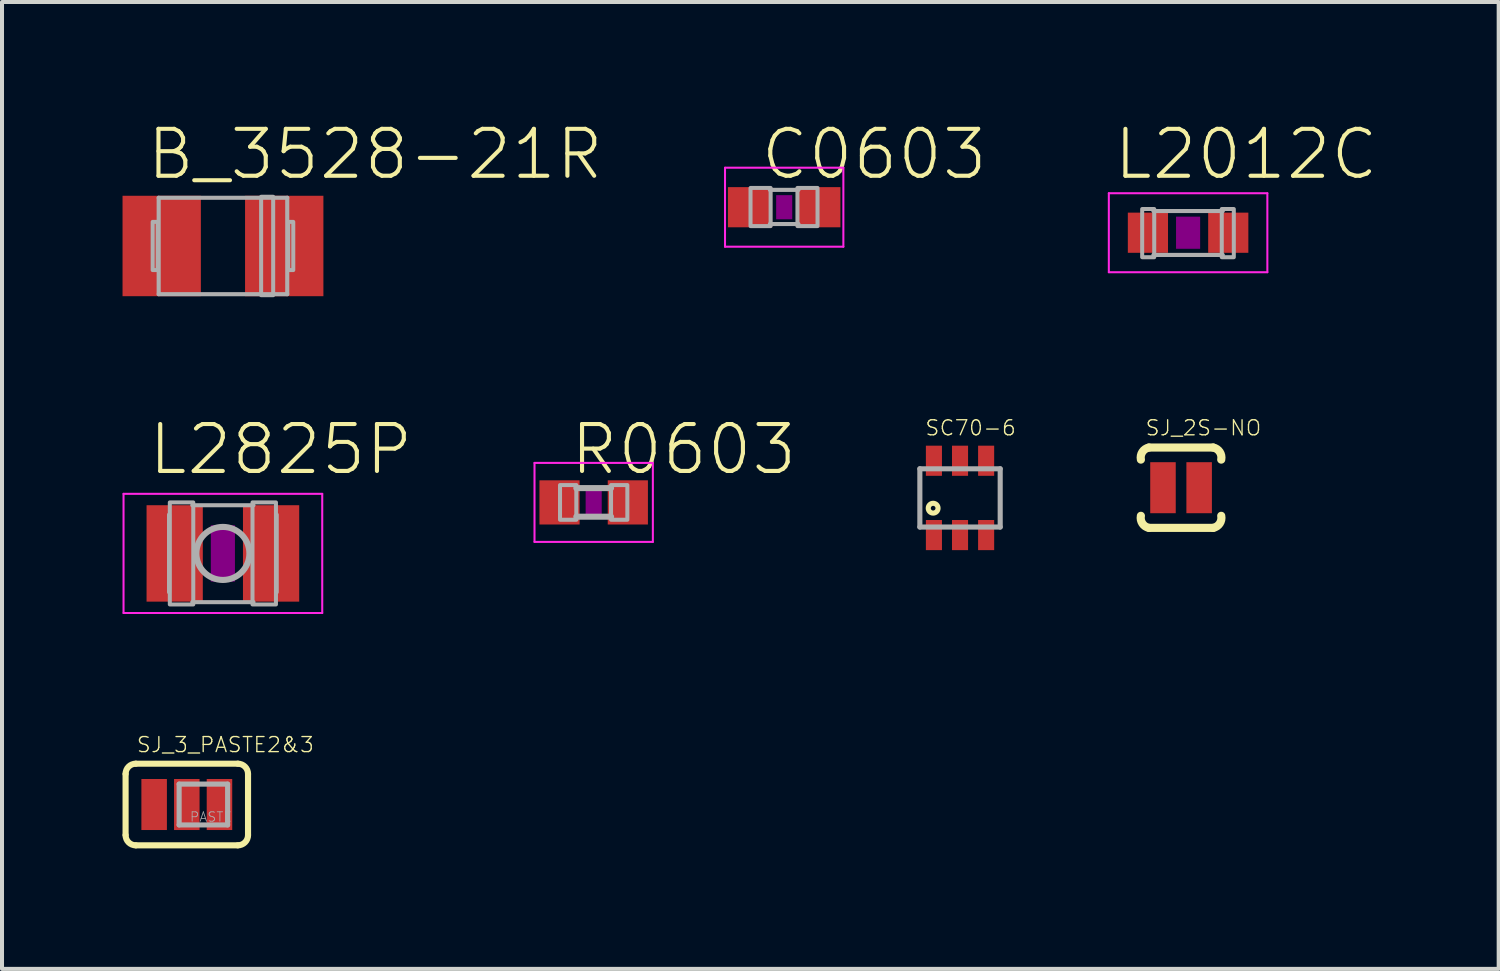
<source format=kicad_pcb>
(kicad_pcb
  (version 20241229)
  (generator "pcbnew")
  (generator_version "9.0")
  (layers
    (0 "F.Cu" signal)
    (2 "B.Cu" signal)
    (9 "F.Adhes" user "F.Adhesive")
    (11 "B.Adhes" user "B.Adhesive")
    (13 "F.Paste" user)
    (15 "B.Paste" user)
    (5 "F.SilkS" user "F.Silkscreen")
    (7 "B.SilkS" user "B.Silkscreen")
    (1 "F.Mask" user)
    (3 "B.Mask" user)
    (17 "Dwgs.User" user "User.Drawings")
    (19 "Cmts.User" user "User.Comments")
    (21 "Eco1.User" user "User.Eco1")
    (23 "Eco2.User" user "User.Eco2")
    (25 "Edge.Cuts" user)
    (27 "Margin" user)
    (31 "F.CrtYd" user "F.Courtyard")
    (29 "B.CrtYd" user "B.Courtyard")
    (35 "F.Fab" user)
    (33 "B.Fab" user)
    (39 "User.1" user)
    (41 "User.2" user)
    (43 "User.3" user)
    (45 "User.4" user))
  (footprint "L2825P"
    (layer "F.Cu")
    (at 2.498 10.726)
    (property "Reference" "L2825P" (at -1.905 -1.905 0) (layer "F.SilkS") (effects (font (size 1.168 1.168) (thickness 0.102)) (justify left bottom)))
    (fp_poly (pts (xy -0.3 0.7) (xy 0.3 0.7) (xy 0.3 -0.7) (xy -0.3 -0.7)) (stroke (width 0) (type solid)) (fill yes) (layer "F.Adhes"))
    (fp_line (start -2.473 -1.483) (end 2.473 -1.483) (stroke (width 0.051) (type solid)) (layer "F.CrtYd"))
    (fp_line (start -2.473 1.483) (end -2.473 -1.483) (stroke (width 0.051) (type solid)) (layer "F.CrtYd"))
    (fp_line (start 2.473 -1.483) (end 2.473 1.483) (stroke (width 0.051) (type solid)) (layer "F.CrtYd"))
    (fp_line (start 2.473 1.483) (end -2.473 1.483) (stroke (width 0.051) (type solid)) (layer "F.CrtYd"))
    (fp_line (start -1.34 -0.965) (end -1.34 0.965) (stroke (width 0.102) (type solid)) (layer "F.Fab"))
    (fp_line (start -0.762 -1.2) (end 0.762 -1.2) (stroke (width 0.102) (type solid)) (layer "F.Fab"))
    (fp_line (start -0.762 1.213) (end 0.762 1.213) (stroke (width 0.102) (type solid)) (layer "F.Fab"))
    (fp_line (start 1.34 0.965) (end 1.34 -0.965) (stroke (width 0.102) (type solid)) (layer "F.Fab"))
    (fp_circle (center 0 0) (end 0.66 0) (stroke (width 0.152) (type solid)) (fill no) (layer "F.Fab"))
    (fp_poly (pts (xy -1.321 1.27) (xy -0.737 1.27) (xy -0.737 -1.27) (xy -1.321 -1.27)) (stroke (width 0.1) (type solid)) (fill no) (layer "F.Fab"))
    (fp_poly (pts (xy 0.737 1.27) (xy 1.321 1.27) (xy 1.321 -1.27) (xy 0.737 -1.27)) (stroke (width 0.1) (type solid)) (fill no) (layer "F.Fab"))
    (pad "1" smd rect (at -1.2 0) (size 1.4 2.4) (layers "F.Cu" "F.Mask" "F.Paste"))
    (pad "2" smd rect (at 1.2 0) (size 1.4 2.4) (layers "F.Cu" "F.Mask" "F.Paste")))
  (footprint "SC70-6"
    (layer "F.Cu")
    (at 20.847 9.344)
    (property "Reference" "SC70-6" (at -0.889 -1.524 0) (layer "F.SilkS") (effects (font (size 0.374 0.374) (thickness 0.033)) (justify left bottom)))
    (fp_circle (center -0.669 0.256) (end -0.547 0.256) (stroke (width 0.127) (type solid)) (fill no) (layer "F.SilkS"))
    (fp_poly (pts (xy -0.85 -0.55) (xy -0.45 -0.55) (xy -0.45 -1.3) (xy -0.85 -1.3)) (stroke (width 0) (type solid)) (fill yes) (layer "F.Paste"))
    (fp_poly (pts (xy -0.85 1.3) (xy -0.45 1.3) (xy -0.45 0.55) (xy -0.85 0.55)) (stroke (width 0) (type solid)) (fill yes) (layer "F.Paste"))
    (fp_poly (pts (xy -0.85 1.3) (xy -0.45 1.3) (xy -0.45 0.55) (xy -0.85 0.55)) (stroke (width 0) (type solid)) (fill yes) (layer "F.Paste"))
    (fp_poly (pts (xy -0.85 1.3) (xy -0.45 1.3) (xy -0.45 0.55) (xy -0.85 0.55)) (stroke (width 0) (type solid)) (fill yes) (layer "F.Paste"))
    (fp_poly (pts (xy -0.201 1.3) (xy 0.199 1.3) (xy 0.199 0.55) (xy -0.201 0.55)) (stroke (width 0) (type solid)) (fill yes) (layer "F.Paste"))
    (fp_poly (pts (xy -0.2 -0.55) (xy 0.2 -0.55) (xy 0.2 -1.3) (xy -0.2 -1.3)) (stroke (width 0) (type solid)) (fill yes) (layer "F.Paste"))
    (fp_poly (pts (xy 0.45 -0.55) (xy 0.85 -0.55) (xy 0.85 -1.3) (xy 0.45 -1.3)) (stroke (width 0) (type solid)) (fill yes) (layer "F.Paste"))
    (fp_poly (pts (xy 0.45 1.3) (xy 0.85 1.3) (xy 0.85 0.55) (xy 0.45 0.55)) (stroke (width 0) (type solid)) (fill yes) (layer "F.Paste"))
    (fp_line (start -1 -0.725) (end 1 -0.725) (stroke (width 0.127) (type solid)) (layer "F.Fab"))
    (fp_line (start -1 0.725) (end -1 -0.725) (stroke (width 0.127) (type solid)) (layer "F.Fab"))
    (fp_line (start -1 0.725) (end 1 0.725) (stroke (width 0.127) (type solid)) (layer "F.Fab"))
    (fp_line (start 1 -0.725) (end 1 0.725) (stroke (width 0.127) (type solid)) (layer "F.Fab"))
    (pad "1" smd rect (at -0.65 0.925) (size 0.4 0.75) (layers "F.Cu" "F.Mask"))
    (pad "2" smd rect (at 0 0.925) (size 0.4 0.75) (layers "F.Cu" "F.Mask"))
    (pad "3" smd rect (at 0.65 0.925) (size 0.4 0.75) (layers "F.Cu" "F.Mask"))
    (pad "4" smd rect (at 0.65 -0.925) (size 0.4 0.75) (layers "F.Cu" "F.Mask"))
    (pad "5" smd rect (at 0 -0.925) (size 0.4 0.75) (layers "F.Cu" "F.Mask"))
    (pad "6" smd rect (at -0.65 -0.925) (size 0.4 0.75) (layers "F.Cu" "F.Mask")))
  (footprint "L2012C"
    (layer "F.Cu")
    (at 26.524 2.743)
    (property "Reference" "L2012C" (at -1.905 -1.27 0) (layer "F.SilkS") (effects (font (size 1.168 1.168) (thickness 0.102)) (justify left bottom)))
    (fp_poly (pts (xy -0.3 0.4) (xy 0.3 0.4) (xy 0.3 -0.4) (xy -0.3 -0.4)) (stroke (width 0) (type solid)) (fill yes) (layer "F.Adhes"))
    (fp_line (start -1.973 -0.983) (end 1.973 -0.983) (stroke (width 0.051) (type solid)) (layer "F.CrtYd"))
    (fp_line (start -1.973 0.983) (end -1.973 -0.983) (stroke (width 0.051) (type solid)) (layer "F.CrtYd"))
    (fp_line (start 1.973 -0.983) (end 1.973 0.983) (stroke (width 0.051) (type solid)) (layer "F.CrtYd"))
    (fp_line (start 1.973 0.983) (end -1.973 0.983) (stroke (width 0.051) (type solid)) (layer "F.CrtYd"))
    (fp_line (start -0.864 -0.54) (end 0.864 -0.54) (stroke (width 0.102) (type solid)) (layer "F.Fab"))
    (fp_line (start -0.864 0.553) (end 0.864 0.553) (stroke (width 0.102) (type solid)) (layer "F.Fab"))
    (fp_poly (pts (xy -1.143 0.61) (xy -0.843 0.61) (xy -0.843 -0.59) (xy -1.143 -0.59)) (stroke (width 0.1) (type solid)) (fill no) (layer "F.Fab"))
    (fp_poly (pts (xy 0.838 0.61) (xy 1.138 0.61) (xy 1.138 -0.59) (xy 0.838 -0.59)) (stroke (width 0.1) (type solid)) (fill no) (layer "F.Fab"))
    (pad "1" smd rect (at -1 0) (size 1 1) (layers "F.Cu" "F.Mask" "F.Paste"))
    (pad "2" smd rect (at 1 0) (size 1 1) (layers "F.Cu" "F.Mask" "F.Paste")))
  (footprint "R0603"
    (layer "F.Cu")
    (at 11.728 9.456)
    (property "Reference" "R0603" (at -0.635 -0.635 0) (layer "F.SilkS") (effects (font (size 1.168 1.168) (thickness 0.102)) (justify left bottom)))
    (fp_poly (pts (xy -0.2 0.4) (xy 0.2 0.4) (xy 0.2 -0.4) (xy -0.2 -0.4)) (stroke (width 0) (type solid)) (fill yes) (layer "F.Adhes"))
    (fp_line (start -1.473 -0.983) (end 1.473 -0.983) (stroke (width 0.051) (type solid)) (layer "F.CrtYd"))
    (fp_line (start -1.473 0.983) (end -1.473 -0.983) (stroke (width 0.051) (type solid)) (layer "F.CrtYd"))
    (fp_line (start 1.473 -0.983) (end 1.473 0.983) (stroke (width 0.051) (type solid)) (layer "F.CrtYd"))
    (fp_line (start 1.473 0.983) (end -1.473 0.983) (stroke (width 0.051) (type solid)) (layer "F.CrtYd"))
    (fp_line (start -0.432 0.356) (end 0.432 0.356) (stroke (width 0.152) (type solid)) (layer "F.Fab"))
    (fp_line (start 0.432 -0.356) (end -0.432 -0.356) (stroke (width 0.152) (type solid)) (layer "F.Fab"))
    (fp_poly (pts (xy -0.838 0.432) (xy -0.432 0.432) (xy -0.432 -0.432) (xy -0.838 -0.432)) (stroke (width 0.1) (type solid)) (fill no) (layer "F.Fab"))
    (fp_poly (pts (xy 0.432 0.432) (xy 0.838 0.432) (xy 0.838 -0.432) (xy 0.432 -0.432)) (stroke (width 0.1) (type solid)) (fill no) (layer "F.Fab"))
    (pad "1" smd rect (at -0.85 0) (size 1 1.1) (layers "F.Cu" "F.Mask" "F.Paste"))
    (pad "2" smd rect (at 0.85 0) (size 1 1.1) (layers "F.Cu" "F.Mask" "F.Paste")))
  (footprint "B_3528-21R"
    (layer "F.Cu")
    (at 2.5 3.073)
    (property "Reference" "B_3528-21R" (at -1.95 -1.6 0) (layer "F.SilkS") (effects (font (size 1.168 1.168) (thickness 0.102)) (justify left bottom)))
    (fp_line (start -1.6 -1.2) (end 1.6 -1.2) (stroke (width 0.102) (type solid)) (layer "F.Fab"))
    (fp_line (start -1.6 1.2) (end -1.6 -1.2) (stroke (width 0.102) (type solid)) (layer "F.Fab"))
    (fp_line (start 1.6 -1.2) (end 1.6 1.2) (stroke (width 0.102) (type solid)) (layer "F.Fab"))
    (fp_line (start 1.6 1.2) (end -1.6 1.2) (stroke (width 0.102) (type solid)) (layer "F.Fab"))
    (fp_poly (pts (xy -1.75 0.6) (xy -1.625 0.6) (xy -1.625 -0.6) (xy -1.75 -0.6)) (stroke (width 0.1) (type solid)) (fill no) (layer "F.Fab"))
    (fp_poly (pts (xy 0.95 1.225) (xy 1.25 1.225) (xy 1.25 -1.225) (xy 0.95 -1.225)) (stroke (width 0.1) (type solid)) (fill no) (layer "F.Fab"))
    (fp_poly (pts (xy 1.625 0.6) (xy 1.75 0.6) (xy 1.75 -0.6) (xy 1.625 -0.6)) (stroke (width 0.1) (type solid)) (fill no) (layer "F.Fab"))
    (pad "+" smd rect (at 1.525 0) (size 1.95 2.5) (layers "F.Cu" "F.Mask" "F.Paste"))
    (pad "-" smd rect (at -1.525 0) (size 1.95 2.5) (layers "F.Cu" "F.Mask" "F.Paste")))
  (footprint "SJ_2S-NO"
    (layer "F.Cu")
    (at 26.349 9.09)
    (property "Reference" "SJ_2S-NO" (at -0.908 -1.27 0) (layer "F.SilkS") (effects (font (size 0.374 0.374) (thickness 0.033)) (justify left bottom)))
    (fp_line (start -0.8 -1) (end 0.8 -1) (stroke (width 0.203) (type solid)) (layer "F.SilkS"))
    (fp_line (start 0.8 1) (end -0.8 1) (stroke (width 0.203) (type solid)) (layer "F.SilkS"))
    (fp_arc (start -1 -0.7) (mid -0.962132 -0.891421) (end -0.8 -1) (stroke (width 0.2032) (type solid)) (layer "F.SilkS"))
    (fp_arc (start -0.8 1) (mid -0.962132 0.891421) (end -1 0.7) (stroke (width 0.2032) (type solid)) (layer "F.SilkS"))
    (fp_arc (start 0.8 -1) (mid 0.962132 -0.891421) (end 1 -0.7) (stroke (width 0.2032) (type solid)) (layer "F.SilkS"))
    (fp_arc (start 1 0.7) (mid 0.962132 0.891421) (end 0.8 1) (stroke (width 0.2032) (type solid)) (layer "F.SilkS"))
    (pad "1" smd rect (at -0.45 0) (size 0.635 1.27) (layers "F.Cu" "F.Mask"))
    (pad "2" smd rect (at 0.45 0) (size 0.635 1.27) (layers "F.Cu" "F.Mask")))
  (footprint "C0603"
    (layer "F.Cu")
    (at 16.47 2.108)
    (property "Reference" "C0603" (at -0.635 -0.635 0) (layer "F.SilkS") (effects (font (size 1.168 1.168) (thickness 0.102)) (justify left bottom)))
    (fp_poly (pts (xy -0.2 0.3) (xy 0.2 0.3) (xy 0.2 -0.3) (xy -0.2 -0.3)) (stroke (width 0) (type solid)) (fill yes) (layer "F.Adhes"))
    (fp_line (start -1.473 -0.983) (end 1.473 -0.983) (stroke (width 0.051) (type solid)) (layer "F.CrtYd"))
    (fp_line (start -1.473 0.983) (end -1.473 -0.983) (stroke (width 0.051) (type solid)) (layer "F.CrtYd"))
    (fp_line (start 1.473 -0.983) (end 1.473 0.983) (stroke (width 0.051) (type solid)) (layer "F.CrtYd"))
    (fp_line (start 1.473 0.983) (end -1.473 0.983) (stroke (width 0.051) (type solid)) (layer "F.CrtYd"))
    (fp_line (start -0.356 -0.432) (end 0.356 -0.432) (stroke (width 0.102) (type solid)) (layer "F.Fab"))
    (fp_line (start -0.356 0.419) (end 0.356 0.419) (stroke (width 0.102) (type solid)) (layer "F.Fab"))
    (fp_poly (pts (xy -0.838 0.47) (xy -0.338 0.47) (xy -0.338 -0.48) (xy -0.838 -0.48)) (stroke (width 0.1) (type solid)) (fill no) (layer "F.Fab"))
    (fp_poly (pts (xy 0.33 0.47) (xy 0.83 0.47) (xy 0.83 -0.48) (xy 0.33 -0.48)) (stroke (width 0.1) (type solid)) (fill no) (layer "F.Fab"))
    (pad "1" smd rect (at -0.85 0) (size 1.1 1) (layers "F.Cu" "F.Mask" "F.Paste"))
    (pad "2" smd rect (at 0.85 0) (size 1.1 1) (layers "F.Cu" "F.Mask" "F.Paste")))
  (footprint "SJ_3_PASTE2&3"
    (layer "F.Cu")
    (at 1.6 16.976)
    (property "Reference" "SJ_3_PASTE2&3" (at -1.27 -1.27 0) (layer "F.SilkS") (effects (font (size 0.374 0.374) (thickness 0.033)) (justify left bottom)))
    (fp_line (start -1.524 0.762) (end -1.524 -0.762) (stroke (width 0.152) (type solid)) (layer "F.SilkS"))
    (fp_line (start -1.27 -1.016) (end 1.27 -1.016) (stroke (width 0.152) (type solid)) (layer "F.SilkS"))
    (fp_line (start 1.27 1.016) (end -1.27 1.016) (stroke (width 0.152) (type solid)) (layer "F.SilkS"))
    (fp_line (start 1.524 0.762) (end 1.524 -0.762) (stroke (width 0.152) (type solid)) (layer "F.SilkS"))
    (fp_arc (start -1.524 -0.762) (mid -1.449605 -0.941605) (end -1.27 -1.016) (stroke (width 0.1524) (type solid)) (layer "F.SilkS"))
    (fp_arc (start -1.27 1.016) (mid -1.449605 0.941605) (end -1.524 0.762) (stroke (width 0.1524) (type solid)) (layer "F.SilkS"))
    (fp_arc (start 1.27 -1.016) (mid 1.449605 -0.941605) (end 1.524 -0.762) (stroke (width 0.1524) (type solid)) (layer "F.SilkS"))
    (fp_arc (start 1.524 0.762) (mid 1.449605 0.941605) (end 1.27 1.016) (stroke (width 0.1524) (type solid)) (layer "F.SilkS"))
    (fp_poly (pts (xy -0.279 1.016) (xy 1.422 1.016) (xy 1.422 -0.991) (xy -0.279 -0.991)) (stroke (width 0) (type solid)) (fill yes) (layer "F.Paste"))
    (fp_line (start -0.191 -0.508) (end -0.191 0.508) (stroke (width 0.127) (type solid)) (layer "F.Fab"))
    (fp_line (start -0.191 0.508) (end 1.016 0.508) (stroke (width 0.127) (type solid)) (layer "F.Fab"))
    (fp_line (start 1.016 -0.508) (end -0.191 -0.508) (stroke (width 0.127) (type solid)) (layer "F.Fab"))
    (fp_line (start 1.016 0.508) (end 1.016 -0.508) (stroke (width 0.127) (type solid)) (layer "F.Fab"))
    (fp_text user "PASTE" (at 0.064 0.445 0) (layer "F.Fab") (effects (font (size 0.234 0.234) (thickness 0.02)) (justify left bottom)))
    (pad "1" smd rect (at -0.813 0) (size 0.635 1.27) (layers "F.Cu" "F.Mask"))
    (pad "2" smd rect (at 0 0) (size 0.635 1.27) (layers "F.Cu" "F.Mask"))
    (pad "3" smd rect (at 0.813 0) (size 0.635 1.27) (layers "F.Cu" "F.Mask")))
  (gr_rect
    (start -3 -3)
    (end 34.255 21.068)
    (stroke (width 0.1) (type default))
    (fill no)
    (layer "Edge.Cuts")))
</source>
